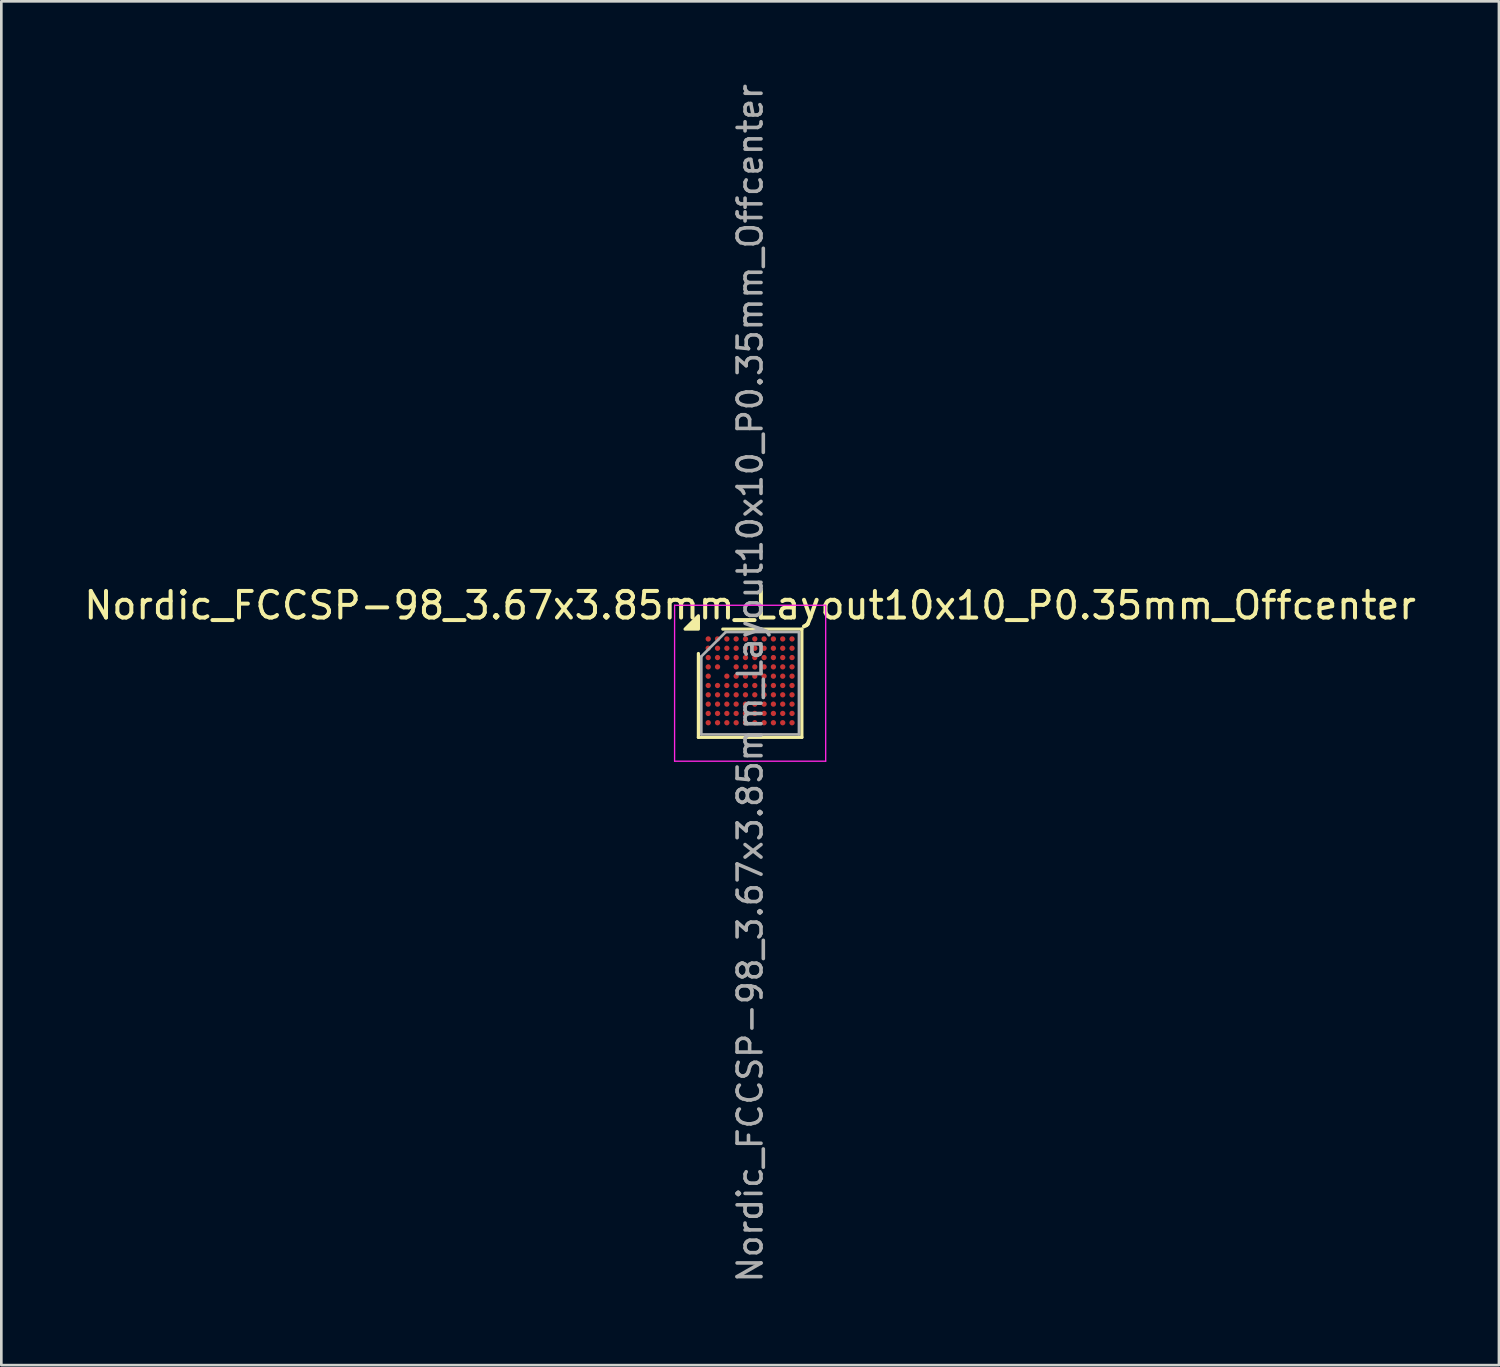
<source format=kicad_pcb>
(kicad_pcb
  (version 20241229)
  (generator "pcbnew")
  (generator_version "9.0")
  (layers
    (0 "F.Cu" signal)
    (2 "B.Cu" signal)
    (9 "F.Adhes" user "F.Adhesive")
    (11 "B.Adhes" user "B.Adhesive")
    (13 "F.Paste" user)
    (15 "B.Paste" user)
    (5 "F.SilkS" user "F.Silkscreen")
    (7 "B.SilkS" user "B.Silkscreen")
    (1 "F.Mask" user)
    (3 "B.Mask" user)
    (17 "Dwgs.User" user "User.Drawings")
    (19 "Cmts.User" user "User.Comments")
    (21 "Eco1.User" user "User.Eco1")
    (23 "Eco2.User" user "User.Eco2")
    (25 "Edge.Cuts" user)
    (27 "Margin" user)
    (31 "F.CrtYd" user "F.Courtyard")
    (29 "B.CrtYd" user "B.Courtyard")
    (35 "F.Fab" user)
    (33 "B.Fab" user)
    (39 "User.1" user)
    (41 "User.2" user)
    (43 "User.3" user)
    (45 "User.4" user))
  (footprint "Nordic_FCCSP-98_3.67x3.85mm_Layout10x10_P0.35mm_Offcenter"
    (layer "F.Cu")
    (at 25.149 22.634)
    (property "Reference" "Nordic_FCCSP-98_3.67x3.85mm_Layout10x10_P0.35mm_Offcenter" (at 0 -2.925 0) (layer "F.SilkS") (effects (font (size 1 1) (thickness 0.15))))
    (attr smd)
    (fp_line (start -1.945 2.035) (end -1.945 -1.117) (stroke (width 0.12) (type solid)) (layer "F.SilkS"))
    (fp_line (start -1.028 -2.035) (end 1.945 -2.035) (stroke (width 0.12) (type solid)) (layer "F.SilkS"))
    (fp_line (start 1.945 -2.035) (end 1.945 2.035) (stroke (width 0.12) (type solid)) (layer "F.SilkS"))
    (fp_line (start 1.945 2.035) (end -1.945 2.035) (stroke (width 0.12) (type solid)) (layer "F.SilkS"))
    (fp_poly (pts (xy -1.945 -2.035) (xy -2.445 -2.035) (xy -1.945 -2.535)) (stroke (width 0.12) (type solid)) (fill yes) (layer "F.SilkS"))
    (fp_line (start -2.84 -2.93) (end -2.84 2.93) (stroke (width 0.05) (type solid)) (layer "F.CrtYd"))
    (fp_line (start -2.84 2.93) (end 2.84 2.93) (stroke (width 0.05) (type solid)) (layer "F.CrtYd"))
    (fp_line (start 2.84 -2.93) (end -2.84 -2.93) (stroke (width 0.05) (type solid)) (layer "F.CrtYd"))
    (fp_line (start 2.84 2.93) (end 2.84 -2.93) (stroke (width 0.05) (type solid)) (layer "F.CrtYd"))
    (fp_line (start -1.835 -1.008) (end -0.917 -1.925) (stroke (width 0.1) (type solid)) (layer "F.Fab"))
    (fp_line (start -1.835 1.925) (end -1.835 -1.008) (stroke (width 0.1) (type solid)) (layer "F.Fab"))
    (fp_line (start -0.917 -1.925) (end 1.835 -1.925) (stroke (width 0.1) (type solid)) (layer "F.Fab"))
    (fp_line (start 1.835 -1.925) (end 1.835 1.925) (stroke (width 0.1) (type solid)) (layer "F.Fab"))
    (fp_line (start 1.835 1.925) (end -1.835 1.925) (stroke (width 0.1) (type solid)) (layer "F.Fab"))
    (fp_text user "${REFERENCE}" (at 0 0 270) (layer "F.Fab") (effects (font (size 0.9 0.9) (thickness 0.135))))
    (pad "A1" smd circle (at -1.575 -1.665) (size 0.2 0.2) (property pad_prop_bga) (layers "F.Cu" "F.Mask" "F.Paste"))
    (pad "A2" smd circle (at -1.225 -1.665) (size 0.2 0.2) (property pad_prop_bga) (layers "F.Cu" "F.Mask" "F.Paste"))
    (pad "A3" smd circle (at -0.875 -1.665) (size 0.2 0.2) (property pad_prop_bga) (layers "F.Cu" "F.Mask" "F.Paste"))
    (pad "A4" smd circle (at -0.525 -1.665) (size 0.2 0.2) (property pad_prop_bga) (layers "F.Cu" "F.Mask" "F.Paste"))
    (pad "A5" smd circle (at -0.175 -1.665) (size 0.2 0.2) (property pad_prop_bga) (layers "F.Cu" "F.Mask" "F.Paste"))
    (pad "A6" smd circle (at 0.175 -1.665) (size 0.2 0.2) (property pad_prop_bga) (layers "F.Cu" "F.Mask" "F.Paste"))
    (pad "A7" smd circle (at 0.525 -1.665) (size 0.2 0.2) (property pad_prop_bga) (layers "F.Cu" "F.Mask" "F.Paste"))
    (pad "A8" smd circle (at 0.875 -1.665) (size 0.2 0.2) (property pad_prop_bga) (layers "F.Cu" "F.Mask" "F.Paste"))
    (pad "A9" smd circle (at 1.225 -1.665) (size 0.2 0.2) (property pad_prop_bga) (layers "F.Cu" "F.Mask" "F.Paste"))
    (pad "A10" smd circle (at 1.575 -1.665) (size 0.2 0.2) (property pad_prop_bga) (layers "F.Cu" "F.Mask" "F.Paste"))
    (pad "B1" smd circle (at -1.575 -1.315) (size 0.2 0.2) (property pad_prop_bga) (layers "F.Cu" "F.Mask" "F.Paste"))
    (pad "B2" smd circle (at -1.225 -1.315) (size 0.2 0.2) (property pad_prop_bga) (layers "F.Cu" "F.Mask" "F.Paste"))
    (pad "B3" smd circle (at -0.875 -1.315) (size 0.2 0.2) (property pad_prop_bga) (layers "F.Cu" "F.Mask" "F.Paste"))
    (pad "B4" smd circle (at -0.525 -1.315) (size 0.2 0.2) (property pad_prop_bga) (layers "F.Cu" "F.Mask" "F.Paste"))
    (pad "B5" smd circle (at -0.175 -1.315) (size 0.2 0.2) (property pad_prop_bga) (layers "F.Cu" "F.Mask" "F.Paste"))
    (pad "B6" smd circle (at 0.175 -1.315) (size 0.2 0.2) (property pad_prop_bga) (layers "F.Cu" "F.Mask" "F.Paste"))
    (pad "B7" smd circle (at 0.525 -1.315) (size 0.2 0.2) (property pad_prop_bga) (layers "F.Cu" "F.Mask" "F.Paste"))
    (pad "B8" smd circle (at 0.875 -1.315) (size 0.2 0.2) (property pad_prop_bga) (layers "F.Cu" "F.Mask" "F.Paste"))
    (pad "B9" smd circle (at 1.225 -1.315) (size 0.2 0.2) (property pad_prop_bga) (layers "F.Cu" "F.Mask" "F.Paste"))
    (pad "B10" smd circle (at 1.575 -1.315) (size 0.2 0.2) (property pad_prop_bga) (layers "F.Cu" "F.Mask" "F.Paste"))
    (pad "C1" smd circle (at -1.575 -0.965) (size 0.2 0.2) (property pad_prop_bga) (layers "F.Cu" "F.Mask" "F.Paste"))
    (pad "C2" smd circle (at -1.225 -0.965) (size 0.2 0.2) (property pad_prop_bga) (layers "F.Cu" "F.Mask" "F.Paste"))
    (pad "C3" smd circle (at -0.875 -0.965) (size 0.2 0.2) (property pad_prop_bga) (layers "F.Cu" "F.Mask" "F.Paste"))
    (pad "C4" smd circle (at -0.525 -0.965) (size 0.2 0.2) (property pad_prop_bga) (layers "F.Cu" "F.Mask" "F.Paste"))
    (pad "C5" smd circle (at -0.175 -0.965) (size 0.2 0.2) (property pad_prop_bga) (layers "F.Cu" "F.Mask" "F.Paste"))
    (pad "C6" smd circle (at 0.175 -0.965) (size 0.2 0.2) (property pad_prop_bga) (layers "F.Cu" "F.Mask" "F.Paste"))
    (pad "C7" smd circle (at 0.525 -0.965) (size 0.2 0.2) (property pad_prop_bga) (layers "F.Cu" "F.Mask" "F.Paste"))
    (pad "C8" smd circle (at 0.875 -0.965) (size 0.2 0.2) (property pad_prop_bga) (layers "F.Cu" "F.Mask" "F.Paste"))
    (pad "C9" smd circle (at 1.225 -0.965) (size 0.2 0.2) (property pad_prop_bga) (layers "F.Cu" "F.Mask" "F.Paste"))
    (pad "C10" smd circle (at 1.575 -0.965) (size 0.2 0.2) (property pad_prop_bga) (layers "F.Cu" "F.Mask" "F.Paste"))
    (pad "D1" smd circle (at -1.575 -0.615) (size 0.2 0.2) (property pad_prop_bga) (layers "F.Cu" "F.Mask" "F.Paste"))
    (pad "D2" smd circle (at -1.225 -0.615) (size 0.2 0.2) (property pad_prop_bga) (layers "F.Cu" "F.Mask" "F.Paste"))
    (pad "D4" smd circle (at -0.525 -0.615) (size 0.2 0.2) (property pad_prop_bga) (layers "F.Cu" "F.Mask" "F.Paste"))
    (pad "D5" smd circle (at -0.175 -0.615) (size 0.2 0.2) (property pad_prop_bga) (layers "F.Cu" "F.Mask" "F.Paste"))
    (pad "D6" smd circle (at 0.175 -0.615) (size 0.2 0.2) (property pad_prop_bga) (layers "F.Cu" "F.Mask" "F.Paste"))
    (pad "D7" smd circle (at 0.525 -0.615) (size 0.2 0.2) (property pad_prop_bga) (layers "F.Cu" "F.Mask" "F.Paste"))
    (pad "D8" smd circle (at 0.875 -0.615) (size 0.2 0.2) (property pad_prop_bga) (layers "F.Cu" "F.Mask" "F.Paste"))
    (pad "D9" smd circle (at 1.225 -0.615) (size 0.2 0.2) (property pad_prop_bga) (layers "F.Cu" "F.Mask" "F.Paste"))
    (pad "D10" smd circle (at 1.575 -0.615) (size 0.2 0.2) (property pad_prop_bga) (layers "F.Cu" "F.Mask" "F.Paste"))
    (pad "E1" smd circle (at -1.575 -0.265) (size 0.2 0.2) (property pad_prop_bga) (layers "F.Cu" "F.Mask" "F.Paste"))
    (pad "E3" smd circle (at -0.875 -0.265) (size 0.2 0.2) (property pad_prop_bga) (layers "F.Cu" "F.Mask" "F.Paste"))
    (pad "E4" smd circle (at -0.525 -0.265) (size 0.2 0.2) (property pad_prop_bga) (layers "F.Cu" "F.Mask" "F.Paste"))
    (pad "E5" smd circle (at -0.175 -0.265) (size 0.2 0.2) (property pad_prop_bga) (layers "F.Cu" "F.Mask" "F.Paste"))
    (pad "E6" smd circle (at 0.175 -0.265) (size 0.2 0.2) (property pad_prop_bga) (layers "F.Cu" "F.Mask" "F.Paste"))
    (pad "E7" smd circle (at 0.525 -0.265) (size 0.2 0.2) (property pad_prop_bga) (layers "F.Cu" "F.Mask" "F.Paste"))
    (pad "E8" smd circle (at 0.875 -0.265) (size 0.2 0.2) (property pad_prop_bga) (layers "F.Cu" "F.Mask" "F.Paste"))
    (pad "E9" smd circle (at 1.225 -0.265) (size 0.2 0.2) (property pad_prop_bga) (layers "F.Cu" "F.Mask" "F.Paste"))
    (pad "E10" smd circle (at 1.575 -0.265) (size 0.2 0.2) (property pad_prop_bga) (layers "F.Cu" "F.Mask" "F.Paste"))
    (pad "F1" smd circle (at -1.575 0.085) (size 0.2 0.2) (property pad_prop_bga) (layers "F.Cu" "F.Mask" "F.Paste"))
    (pad "F2" smd circle (at -1.225 0.085) (size 0.2 0.2) (property pad_prop_bga) (layers "F.Cu" "F.Mask" "F.Paste"))
    (pad "F3" smd circle (at -0.875 0.085) (size 0.2 0.2) (property pad_prop_bga) (layers "F.Cu" "F.Mask" "F.Paste"))
    (pad "F4" smd circle (at -0.525 0.085) (size 0.2 0.2) (property pad_prop_bga) (layers "F.Cu" "F.Mask" "F.Paste"))
    (pad "F5" smd circle (at -0.175 0.085) (size 0.2 0.2) (property pad_prop_bga) (layers "F.Cu" "F.Mask" "F.Paste"))
    (pad "F6" smd circle (at 0.175 0.085) (size 0.2 0.2) (property pad_prop_bga) (layers "F.Cu" "F.Mask" "F.Paste"))
    (pad "F7" smd circle (at 0.525 0.085) (size 0.2 0.2) (property pad_prop_bga) (layers "F.Cu" "F.Mask" "F.Paste"))
    (pad "F8" smd circle (at 0.875 0.085) (size 0.2 0.2) (property pad_prop_bga) (layers "F.Cu" "F.Mask" "F.Paste"))
    (pad "F9" smd circle (at 1.225 0.085) (size 0.2 0.2) (property pad_prop_bga) (layers "F.Cu" "F.Mask" "F.Paste"))
    (pad "F10" smd circle (at 1.575 0.085) (size 0.2 0.2) (property pad_prop_bga) (layers "F.Cu" "F.Mask" "F.Paste"))
    (pad "G1" smd circle (at -1.575 0.435) (size 0.2 0.2) (property pad_prop_bga) (layers "F.Cu" "F.Mask" "F.Paste"))
    (pad "G2" smd circle (at -1.225 0.435) (size 0.2 0.2) (property pad_prop_bga) (layers "F.Cu" "F.Mask" "F.Paste"))
    (pad "G3" smd circle (at -0.875 0.435) (size 0.2 0.2) (property pad_prop_bga) (layers "F.Cu" "F.Mask" "F.Paste"))
    (pad "G4" smd circle (at -0.525 0.435) (size 0.2 0.2) (property pad_prop_bga) (layers "F.Cu" "F.Mask" "F.Paste"))
    (pad "G5" smd circle (at -0.175 0.435) (size 0.2 0.2) (property pad_prop_bga) (layers "F.Cu" "F.Mask" "F.Paste"))
    (pad "G6" smd circle (at 0.175 0.435) (size 0.2 0.2) (property pad_prop_bga) (layers "F.Cu" "F.Mask" "F.Paste"))
    (pad "G7" smd circle (at 0.525 0.435) (size 0.2 0.2) (property pad_prop_bga) (layers "F.Cu" "F.Mask" "F.Paste"))
    (pad "G8" smd circle (at 0.875 0.435) (size 0.2 0.2) (property pad_prop_bga) (layers "F.Cu" "F.Mask" "F.Paste"))
    (pad "G9" smd circle (at 1.225 0.435) (size 0.2 0.2) (property pad_prop_bga) (layers "F.Cu" "F.Mask" "F.Paste"))
    (pad "G10" smd circle (at 1.575 0.435) (size 0.2 0.2) (property pad_prop_bga) (layers "F.Cu" "F.Mask" "F.Paste"))
    (pad "H1" smd circle (at -1.575 0.785) (size 0.2 0.2) (property pad_prop_bga) (layers "F.Cu" "F.Mask" "F.Paste"))
    (pad "H2" smd circle (at -1.225 0.785) (size 0.2 0.2) (property pad_prop_bga) (layers "F.Cu" "F.Mask" "F.Paste"))
    (pad "H3" smd circle (at -0.875 0.785) (size 0.2 0.2) (property pad_prop_bga) (layers "F.Cu" "F.Mask" "F.Paste"))
    (pad "H4" smd circle (at -0.525 0.785) (size 0.2 0.2) (property pad_prop_bga) (layers "F.Cu" "F.Mask" "F.Paste"))
    (pad "H5" smd circle (at -0.175 0.785) (size 0.2 0.2) (property pad_prop_bga) (layers "F.Cu" "F.Mask" "F.Paste"))
    (pad "H6" smd circle (at 0.175 0.785) (size 0.2 0.2) (property pad_prop_bga) (layers "F.Cu" "F.Mask" "F.Paste"))
    (pad "H7" smd circle (at 0.525 0.785) (size 0.2 0.2) (property pad_prop_bga) (layers "F.Cu" "F.Mask" "F.Paste"))
    (pad "H8" smd circle (at 0.875 0.785) (size 0.2 0.2) (property pad_prop_bga) (layers "F.Cu" "F.Mask" "F.Paste"))
    (pad "H9" smd circle (at 1.225 0.785) (size 0.2 0.2) (property pad_prop_bga) (layers "F.Cu" "F.Mask" "F.Paste"))
    (pad "H10" smd circle (at 1.575 0.785) (size 0.2 0.2) (property pad_prop_bga) (layers "F.Cu" "F.Mask" "F.Paste"))
    (pad "J1" smd circle (at -1.575 1.135) (size 0.2 0.2) (property pad_prop_bga) (layers "F.Cu" "F.Mask" "F.Paste"))
    (pad "J2" smd circle (at -1.225 1.135) (size 0.2 0.2) (property pad_prop_bga) (layers "F.Cu" "F.Mask" "F.Paste"))
    (pad "J3" smd circle (at -0.875 1.135) (size 0.2 0.2) (property pad_prop_bga) (layers "F.Cu" "F.Mask" "F.Paste"))
    (pad "J4" smd circle (at -0.525 1.135) (size 0.2 0.2) (property pad_prop_bga) (layers "F.Cu" "F.Mask" "F.Paste"))
    (pad "J5" smd circle (at -0.175 1.135) (size 0.2 0.2) (property pad_prop_bga) (layers "F.Cu" "F.Mask" "F.Paste"))
    (pad "J6" smd circle (at 0.175 1.135) (size 0.2 0.2) (property pad_prop_bga) (layers "F.Cu" "F.Mask" "F.Paste"))
    (pad "J7" smd circle (at 0.525 1.135) (size 0.2 0.2) (property pad_prop_bga) (layers "F.Cu" "F.Mask" "F.Paste"))
    (pad "J8" smd circle (at 0.875 1.135) (size 0.2 0.2) (property pad_prop_bga) (layers "F.Cu" "F.Mask" "F.Paste"))
    (pad "J9" smd circle (at 1.225 1.135) (size 0.2 0.2) (property pad_prop_bga) (layers "F.Cu" "F.Mask" "F.Paste"))
    (pad "J10" smd circle (at 1.575 1.135) (size 0.2 0.2) (property pad_prop_bga) (layers "F.Cu" "F.Mask" "F.Paste"))
    (pad "K1" smd circle (at -1.575 1.485) (size 0.2 0.2) (property pad_prop_bga) (layers "F.Cu" "F.Mask" "F.Paste"))
    (pad "K2" smd circle (at -1.225 1.485) (size 0.2 0.2) (property pad_prop_bga) (layers "F.Cu" "F.Mask" "F.Paste"))
    (pad "K3" smd circle (at -0.875 1.485) (size 0.2 0.2) (property pad_prop_bga) (layers "F.Cu" "F.Mask" "F.Paste"))
    (pad "K4" smd circle (at -0.525 1.485) (size 0.2 0.2) (property pad_prop_bga) (layers "F.Cu" "F.Mask" "F.Paste"))
    (pad "K5" smd circle (at -0.175 1.485) (size 0.2 0.2) (property pad_prop_bga) (layers "F.Cu" "F.Mask" "F.Paste"))
    (pad "K6" smd circle (at 0.175 1.485) (size 0.2 0.2) (property pad_prop_bga) (layers "F.Cu" "F.Mask" "F.Paste"))
    (pad "K7" smd circle (at 0.525 1.485) (size 0.2 0.2) (property pad_prop_bga) (layers "F.Cu" "F.Mask" "F.Paste"))
    (pad "K8" smd circle (at 0.875 1.485) (size 0.2 0.2) (property pad_prop_bga) (layers "F.Cu" "F.Mask" "F.Paste"))
    (pad "K9" smd circle (at 1.225 1.485) (size 0.2 0.2) (property pad_prop_bga) (layers "F.Cu" "F.Mask" "F.Paste"))
    (pad "K10" smd circle (at 1.575 1.485) (size 0.2 0.2) (property pad_prop_bga) (layers "F.Cu" "F.Mask" "F.Paste")))
  (gr_rect
    (start -3 -3)
    (end 53.298 48.268)
    (stroke (width 0.1) (type default))
    (fill no)
    (layer "Edge.Cuts")))
</source>
